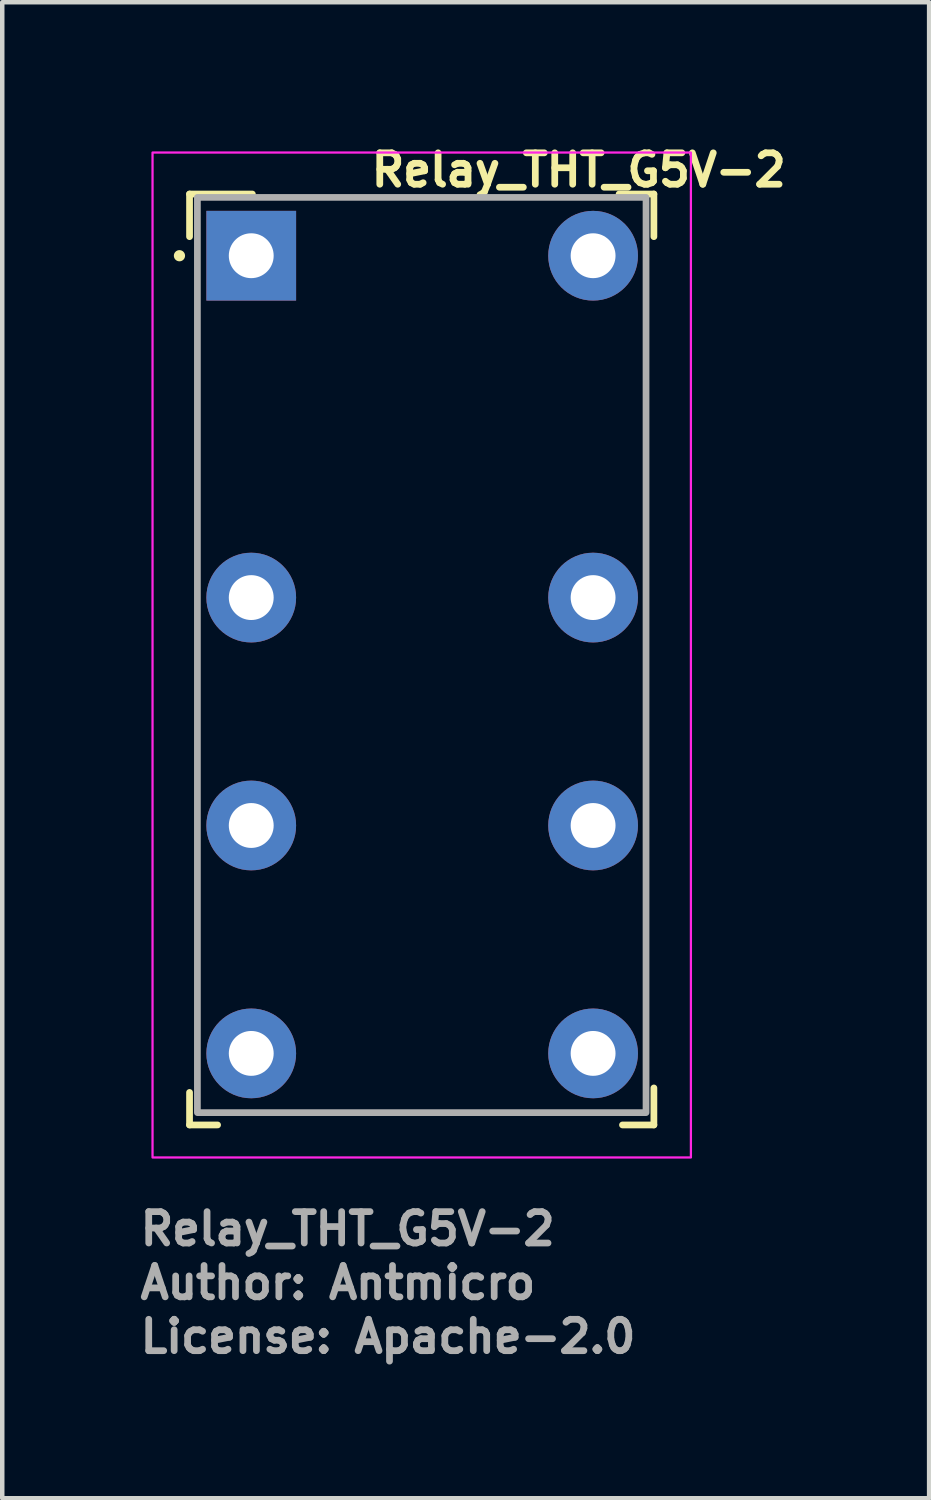
<source format=kicad_pcb>
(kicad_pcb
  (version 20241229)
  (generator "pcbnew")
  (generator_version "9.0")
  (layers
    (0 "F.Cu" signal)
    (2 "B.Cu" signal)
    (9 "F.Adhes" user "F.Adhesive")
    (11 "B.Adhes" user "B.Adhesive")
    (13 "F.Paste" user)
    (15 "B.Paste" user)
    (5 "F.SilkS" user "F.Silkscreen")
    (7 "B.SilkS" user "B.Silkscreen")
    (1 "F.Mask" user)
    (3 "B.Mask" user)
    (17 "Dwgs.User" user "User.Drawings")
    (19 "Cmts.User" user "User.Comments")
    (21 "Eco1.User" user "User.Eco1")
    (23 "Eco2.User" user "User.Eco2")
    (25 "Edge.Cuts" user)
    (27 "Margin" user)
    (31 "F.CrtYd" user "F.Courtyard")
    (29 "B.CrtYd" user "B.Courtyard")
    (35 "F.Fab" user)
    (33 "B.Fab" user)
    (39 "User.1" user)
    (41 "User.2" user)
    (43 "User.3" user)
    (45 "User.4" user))
  (footprint "Relay_THT_G5V-2"
    (layer "F.Cu")
    (at 2.55 2.65)
    (property "Reference" "Relay_THT_G5V-2" (at 2.6 -1.5 0) (layer "F.SilkS") (effects (font (size 0.7 0.7) (thickness 0.15)) (justify left bottom)))
    (attr through_hole)
    (fp_line (start -1.375 -1.375) (end -1.375 -0.425) (stroke (width 0.15) (type solid)) (layer "F.SilkS"))
    (fp_line (start -1.375 -1.375) (end 0.025 -1.375) (stroke (width 0.15) (type solid)) (layer "F.SilkS"))
    (fp_line (start -1.375 19.375) (end -1.375 18.65) (stroke (width 0.15) (type solid)) (layer "F.SilkS"))
    (fp_line (start -0.75 19.375) (end -1.375 19.375) (stroke (width 0.15) (type solid)) (layer "F.SilkS"))
    (fp_line (start 8.975 -1.375) (end 8.2 -1.375) (stroke (width 0.15) (type solid)) (layer "F.SilkS"))
    (fp_line (start 8.975 -0.425) (end 8.975 -1.375) (stroke (width 0.15) (type solid)) (layer "F.SilkS"))
    (fp_line (start 8.975 18.55) (end 8.975 19.375) (stroke (width 0.15) (type solid)) (layer "F.SilkS"))
    (fp_line (start 8.975 19.375) (end 8.275 19.375) (stroke (width 0.15) (type solid)) (layer "F.SilkS"))
    (fp_circle (center -1.6 0) (end -1.55 0) (stroke (width 0.15) (type solid)) (fill yes) (layer "F.SilkS"))
    (fp_rect (start -2.2 -2.3) (end 9.8 20.1) (stroke (width 0.05) (type solid)) (fill no) (layer "F.CrtYd"))
    (fp_rect (start -1.2 -1.3) (end 8.8 19.1) (stroke (width 0.15) (type solid)) (fill no) (layer "F.Fab"))
    (fp_rect (start -1.2 -1.3) (end 8.8 19.1) (stroke (width 0.1) (type solid)) (fill no) (layer "User.5"))
    (fp_line (start -1.2 -1.3) (end 3.175 -1.3) (stroke (width 0.02) (type solid)) (layer "User.9"))
    (fp_line (start -1.2 19.1) (end -1.2 -1.3) (stroke (width 0.02) (type solid)) (layer "User.9"))
    (fp_line (start -1.2 19.1) (end 8.8 19.1) (stroke (width 0.02) (type solid)) (layer "User.9"))
    (fp_line (start 3.175 -1.3) (end 4.425 -1.3) (stroke (width 0.02) (type solid)) (layer "User.9"))
    (fp_line (start 3.175 0.075) (end 3.175 -1.3) (stroke (width 0.02) (type solid)) (layer "User.9"))
    (fp_line (start 3.175 0.075) (end 4.425 0.075) (stroke (width 0.02) (type solid)) (layer "User.9"))
    (fp_line (start 4.425 -1.3) (end 8.8 -1.3) (stroke (width 0.02) (type solid)) (layer "User.9"))
    (fp_line (start 4.425 0.075) (end 4.425 -1.3) (stroke (width 0.02) (type solid)) (layer "User.9"))
    (fp_line (start 8.8 19.1) (end 8.8 -1.3) (stroke (width 0.02) (type solid)) (layer "User.9"))
    (fp_text user "${REFERENCE}" (at -2.55 22.1 0) (layer "F.Fab") (effects (font (size 0.7 0.7) (thickness 0.15)) (justify left bottom)))
    (fp_text user "License: Apache-2.0" (at -2.55 24.5 0) (layer "F.Fab") (effects (font (size 0.7 0.7) (thickness 0.15)) (justify left bottom)))
    (fp_text user "Author: Antmicro" (at -2.55 23.3 0) (layer "F.Fab") (effects (font (size 0.7 0.7) (thickness 0.15)) (justify left bottom)))
    (pad "1" thru_hole rect (at 0 0 270) (size 2 2) (drill 1) (layers "*.Cu" "*.Mask"))
    (pad "4" thru_hole circle (at 0 7.62 270) (size 2 2) (drill 1) (layers "*.Cu" "*.Mask"))
    (pad "6" thru_hole circle (at 0 12.7 270) (size 2 2) (drill 1) (layers "*.Cu" "*.Mask"))
    (pad "8" thru_hole circle (at 0 17.78 270) (size 2 2) (drill 1) (layers "*.Cu" "*.Mask"))
    (pad "9" thru_hole circle (at 7.62 17.78 270) (size 2 2) (drill 1) (layers "*.Cu" "*.Mask"))
    (pad "11" thru_hole circle (at 7.62 12.7 270) (size 2 2) (drill 1) (layers "*.Cu" "*.Mask"))
    (pad "13" thru_hole circle (at 7.62 7.62 270) (size 2 2) (drill 1) (layers "*.Cu" "*.Mask"))
    (pad "16" thru_hole circle (at 7.62 0 270) (size 2 2) (drill 1) (layers "*.Cu" "*.Mask")))
  (gr_rect
    (start -3 -3)
    (end 17.66 30.346)
    (stroke (width 0.1) (type default))
    (fill no)
    (layer "Edge.Cuts")))
</source>
